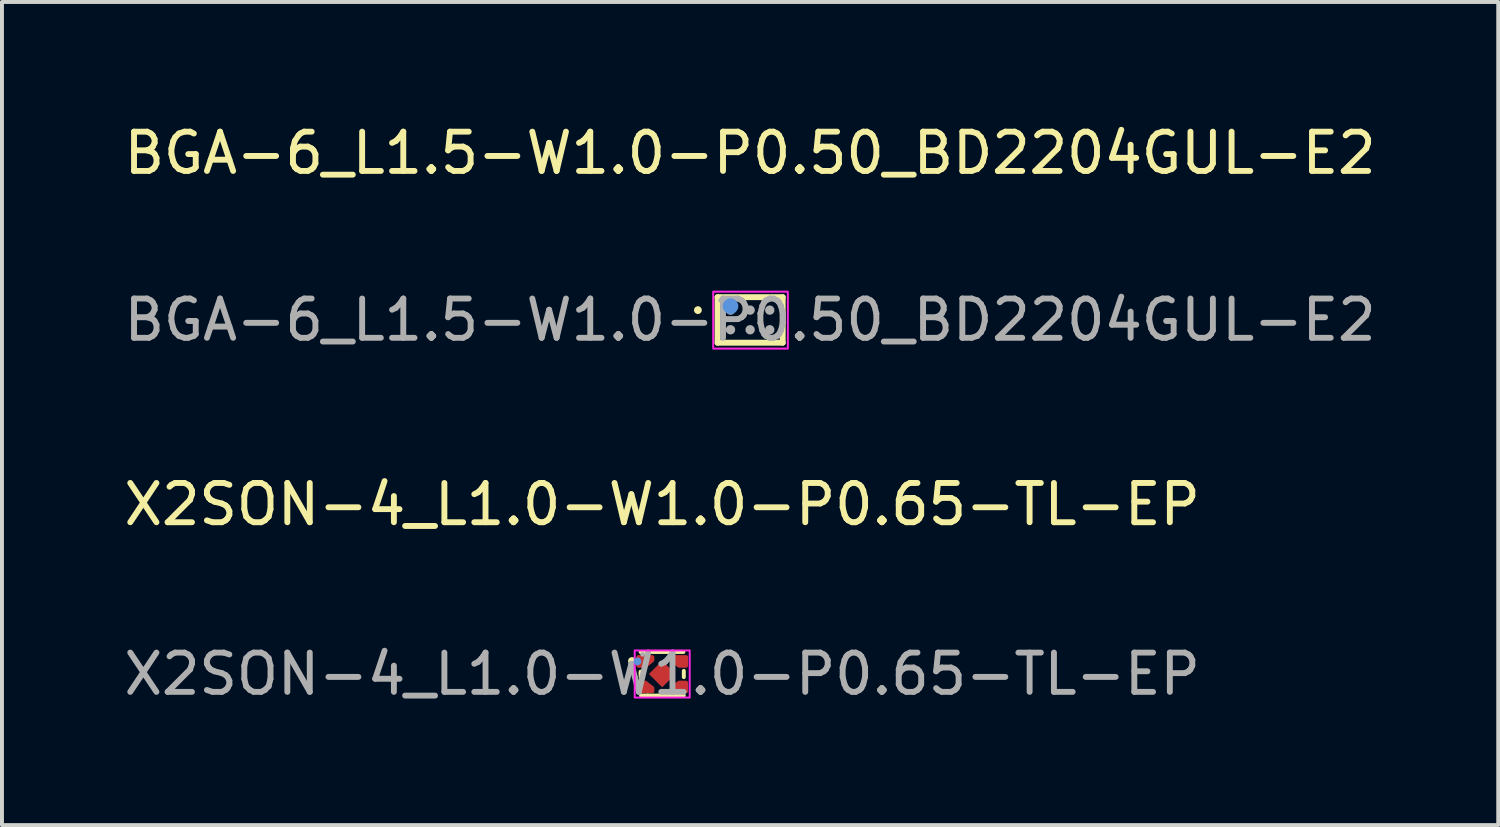
<source format=kicad_pcb>
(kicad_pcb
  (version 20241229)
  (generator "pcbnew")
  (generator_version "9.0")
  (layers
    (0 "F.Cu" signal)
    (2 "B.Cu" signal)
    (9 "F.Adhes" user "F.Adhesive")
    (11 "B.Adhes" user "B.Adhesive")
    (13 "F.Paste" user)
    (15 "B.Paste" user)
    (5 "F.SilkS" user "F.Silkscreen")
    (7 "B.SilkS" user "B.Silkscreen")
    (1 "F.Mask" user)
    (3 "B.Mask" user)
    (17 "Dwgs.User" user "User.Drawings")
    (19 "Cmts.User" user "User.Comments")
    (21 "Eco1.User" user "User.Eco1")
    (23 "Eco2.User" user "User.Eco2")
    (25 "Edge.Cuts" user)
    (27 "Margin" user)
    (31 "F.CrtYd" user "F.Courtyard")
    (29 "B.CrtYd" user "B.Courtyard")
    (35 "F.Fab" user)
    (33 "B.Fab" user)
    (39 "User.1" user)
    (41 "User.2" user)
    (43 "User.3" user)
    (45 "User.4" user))
  (footprint "BGA-6_L1.5-W1.0-P0.50_BD2204GUL-E2"
    (layer "F.Cu")
    (at 16.054 5.098)
    (property "Reference" "BGA-6_L1.5-W1.0-P0.50_BD2204GUL-E2" (at 0 -4.25 0) (layer "F.SilkS") (effects (font (size 1 1) (thickness 0.15))))
    (attr smd)
    (fp_line (start -0.83 -0.58) (end 0.83 -0.58) (stroke (width 0.15) (type solid)) (layer "F.SilkS"))
    (fp_line (start -0.83 0.58) (end -0.83 -0.58) (stroke (width 0.15) (type solid)) (layer "F.SilkS"))
    (fp_line (start 0.83 -0.58) (end 0.83 0.58) (stroke (width 0.15) (type solid)) (layer "F.SilkS"))
    (fp_line (start 0.83 0.58) (end -0.83 0.58) (stroke (width 0.15) (type solid)) (layer "F.SilkS"))
    (fp_circle (center -1.33 -0.25) (end -1.28 -0.25) (stroke (width 0.1) (type solid)) (fill no) (layer "F.SilkS"))
    (fp_circle (center -0.5 -0.35) (end -0.4 -0.35) (stroke (width 0.2) (type solid)) (fill no) (layer "Cmts.User"))
    (fp_rect (start -0.94 -0.72) (end 0.96 0.73) (stroke (width 0.05) (type default)) (fill no) (layer "F.CrtYd"))
    (fp_circle (center -0.75 -0.5) (end -0.72 -0.5) (stroke (width 0.06) (type solid)) (fill no) (layer "F.Fab"))
    (fp_circle (center -0.5 -0.25) (end -0.44 -0.25) (stroke (width 0.12) (type solid)) (fill no) (layer "F.Fab"))
    (fp_circle (center -0.5 0.25) (end -0.44 0.25) (stroke (width 0.12) (type solid)) (fill no) (layer "F.Fab"))
    (fp_circle (center 0 -0.25) (end 0.06 -0.25) (stroke (width 0.12) (type solid)) (fill no) (layer "F.Fab"))
    (fp_circle (center 0 0.25) (end 0.06 0.25) (stroke (width 0.12) (type solid)) (fill no) (layer "F.Fab"))
    (fp_circle (center 0.5 -0.25) (end 0.56 -0.25) (stroke (width 0.12) (type solid)) (fill no) (layer "F.Fab"))
    (fp_circle (center 0.5 0.25) (end 0.56 0.25) (stroke (width 0.12) (type solid)) (fill no) (layer "F.Fab"))
    (fp_text user "${REFERENCE}" (at 0 0 0) (layer "F.Fab") (effects (font (size 1 1) (thickness 0.15))))
    (pad "A1" smd circle (at -0.5 -0.25) (size 0.2 0.2) (layers "F.Cu" "F.Mask" "F.Paste"))
    (pad "A2" smd circle (at 0 -0.25) (size 0.2 0.2) (layers "F.Cu" "F.Mask" "F.Paste"))
    (pad "A3" smd circle (at 0.5 -0.25) (size 0.2 0.2) (layers "F.Cu" "F.Mask" "F.Paste"))
    (pad "B1" smd circle (at -0.5 0.25) (size 0.2 0.2) (layers "F.Cu" "F.Mask" "F.Paste"))
    (pad "B2" smd circle (at 0 0.25) (size 0.2 0.2) (layers "F.Cu" "F.Mask" "F.Paste"))
    (pad "B3" smd circle (at 0.5 0.25) (size 0.2 0.2) (layers "F.Cu" "F.Mask" "F.Paste")))
  (footprint "X2SON-4_L1.0-W1.0-P0.65-TL-EP"
    (layer "F.Cu")
    (at 13.815 14.115)
    (property "Reference" "X2SON-4_L1.0-W1.0-P0.65-TL-EP" (at 0 -4.32 0) (layer "F.SilkS") (effects (font (size 1 1) (thickness 0.15))))
    (attr smd)
    (fp_line (start -0.55 -0.56) (end 0.54 -0.56) (stroke (width 0.1) (type solid)) (layer "F.SilkS"))
    (fp_line (start -0.55 -0.02) (end -0.55 -0.06) (stroke (width 0.1) (type solid)) (layer "F.SilkS"))
    (fp_line (start -0.55 -0.02) (end -0.55 0.07) (stroke (width 0.1) (type solid)) (layer "F.SilkS"))
    (fp_line (start -0.37 0.55) (end -0.54 0.55) (stroke (width 0.1) (type solid)) (layer "F.SilkS"))
    (fp_line (start -0.37 0.55) (end 0.55 0.55) (stroke (width 0.1) (type solid)) (layer "F.SilkS"))
    (fp_line (start 0.55 -0.08) (end 0.55 0.08) (stroke (width 0.1) (type solid)) (layer "F.SilkS"))
    (fp_circle (center -0.77 -0.33) (end -0.72 -0.33) (stroke (width 0.1) (type solid)) (fill no) (layer "F.SilkS"))
    (fp_circle (center -0.63 -0.32) (end -0.58 -0.32) (stroke (width 0.1) (type solid)) (fill no) (layer "Cmts.User"))
    (fp_rect (start -0.7 -0.6) (end 0.7 0.6) (stroke (width 0.05) (type default)) (fill no) (layer "F.CrtYd"))
    (fp_circle (center -0.5 -0.5) (end -0.47 -0.5) (stroke (width 0.06) (type solid)) (fill no) (layer "F.Fab"))
    (fp_text user "${REFERENCE}" (at 0 0 0) (layer "F.Fab") (effects (font (size 1 1) (thickness 0.15))))
    (pad "1" smd custom (at -0.43 -0.32) (size 0.01 0.01) (layers "F.Cu" "F.Mask" "F.Paste") (options (anchor circle)) (primitives (gr_poly (pts (xy -0.18 -0.11) (xy -0.18 0.11) (xy 0 0.11) (xy 0.18 -0.03) (xy 0.18 -0.11) (xy -0.18 -0.11)) (width 0.1) (fill yes))))
    (pad "2" smd custom (at -0.43 0.32) (size 0.01 0.01) (layers "F.Cu" "F.Mask" "F.Paste") (options (anchor circle)) (primitives (gr_poly (pts (xy -0.18 0.12) (xy -0.18 -0.1) (xy 0 -0.1) (xy 0.18 0.04) (xy 0.18 0.12) (xy -0.18 0.12)) (width 0.1) (fill yes))))
    (pad "3" smd custom (at 0.43 0.32) (size 0.01 0.01) (layers "F.Cu" "F.Mask" "F.Paste") (options (anchor circle)) (primitives (gr_poly (pts (xy 0.18 0.12) (xy 0.18 -0.1) (xy 0 -0.1) (xy -0.18 0.04) (xy -0.18 0.12) (xy 0.18 0.12)) (width 0.1) (fill yes))))
    (pad "4" smd custom (at 0.43 -0.32) (size 0.01 0.01) (layers "F.Cu" "F.Mask" "F.Paste") (options (anchor circle)) (primitives (gr_poly (pts (xy 0.18 -0.11) (xy 0.18 0.11) (xy 0 0.11) (xy -0.18 -0.03) (xy -0.18 -0.11) (xy 0.18 -0.11)) (width 0.1) (fill yes))))
    (pad "5" smd rect (at 0 0 45) (size 0.48 0.48) (layers "F.Cu" "F.Mask" "F.Paste")))
  (gr_rect
    (start -3 -3)
    (end 35.107 17.963)
    (stroke (width 0.1) (type default))
    (fill no)
    (layer "Edge.Cuts")))
</source>
